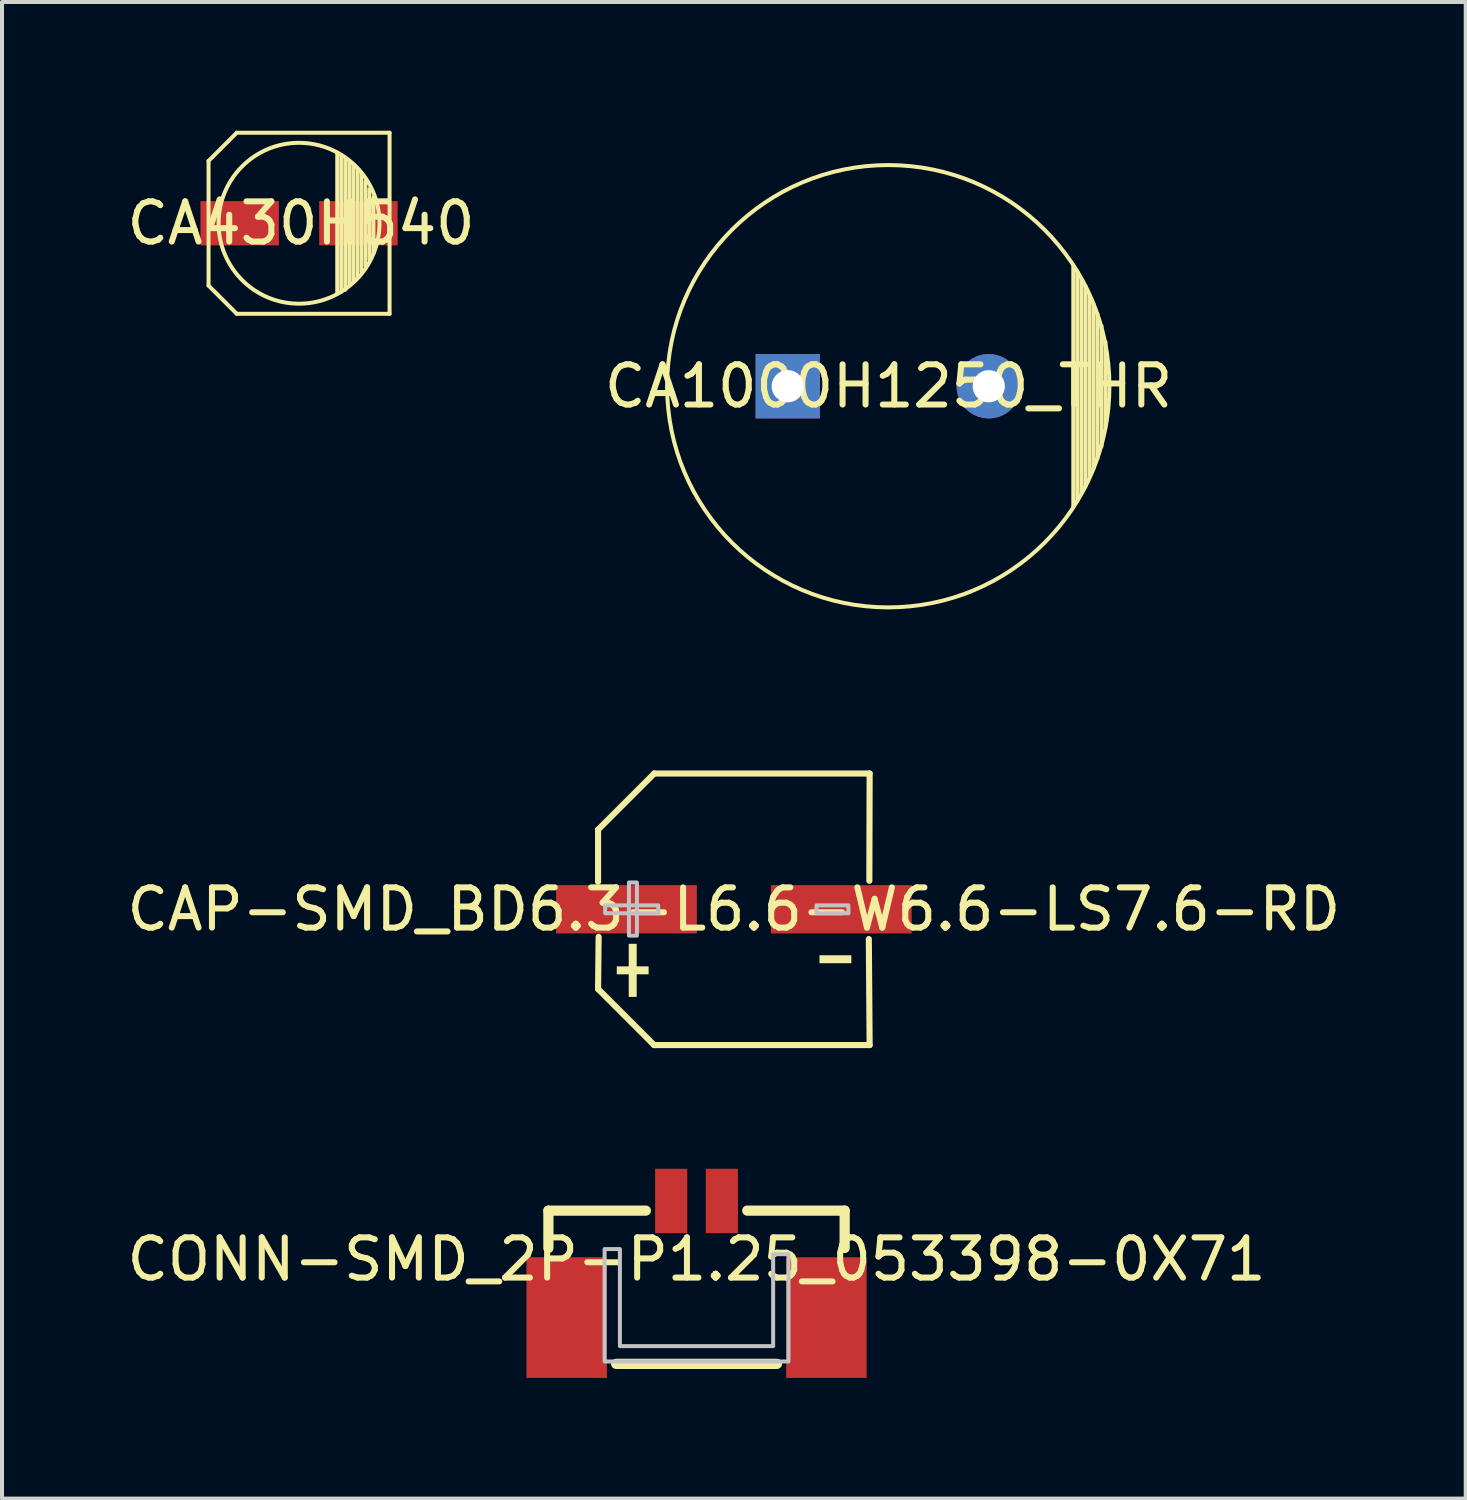
<source format=kicad_pcb>
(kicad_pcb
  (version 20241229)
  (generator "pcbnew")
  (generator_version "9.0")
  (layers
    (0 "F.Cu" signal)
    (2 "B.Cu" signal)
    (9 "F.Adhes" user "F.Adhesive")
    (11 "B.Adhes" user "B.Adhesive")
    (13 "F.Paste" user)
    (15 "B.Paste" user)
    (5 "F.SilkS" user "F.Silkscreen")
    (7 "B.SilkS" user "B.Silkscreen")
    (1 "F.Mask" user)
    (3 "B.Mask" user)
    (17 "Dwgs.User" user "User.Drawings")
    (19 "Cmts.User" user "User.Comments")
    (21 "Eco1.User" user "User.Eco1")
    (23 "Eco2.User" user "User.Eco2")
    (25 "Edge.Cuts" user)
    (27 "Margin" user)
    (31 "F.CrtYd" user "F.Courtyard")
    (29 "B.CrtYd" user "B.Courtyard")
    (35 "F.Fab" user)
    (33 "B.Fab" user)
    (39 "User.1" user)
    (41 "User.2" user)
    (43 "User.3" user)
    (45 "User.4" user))
  (footprint "CA430H540"
    (layer "F.Cu")
    (at 4.435 2.501)
    (property "Reference" "CA430H540" (at 0 0 0) (layer "F.SilkS") (effects (font (size 1 1) (thickness 0.15))))
    (fp_line (start -2.3 -1.55) (end -1.599 -2.251) (stroke (width 0.099) (type default)) (layer "F.SilkS"))
    (fp_line (start -2.3 1.55) (end -2.3 -1.55) (stroke (width 0.099) (type default)) (layer "F.SilkS"))
    (fp_line (start -1.599 2.251) (end -2.3 1.55) (stroke (width 0.099) (type default)) (layer "F.SilkS"))
    (fp_line (start 0.9 1.75) (end 0.9 -1.75) (stroke (width 0.099) (type default)) (layer "F.SilkS"))
    (fp_line (start 1 1.7) (end 1 -1.7) (stroke (width 0.099) (type default)) (layer "F.SilkS"))
    (fp_line (start 1.101 1.651) (end 1.101 -1.6) (stroke (width 0.099) (type default)) (layer "F.SilkS"))
    (fp_line (start 1.2 1.501) (end 1.2 -1.55) (stroke (width 0.099) (type default)) (layer "F.SilkS"))
    (fp_line (start 1.299 1.45) (end 1.299 -1.45) (stroke (width 0.099) (type default)) (layer "F.SilkS"))
    (fp_line (start 1.401 1.349) (end 1.401 -1.349) (stroke (width 0.099) (type default)) (layer "F.SilkS"))
    (fp_line (start 1.5 1.199) (end 1.5 -1.25) (stroke (width 0.099) (type default)) (layer "F.SilkS"))
    (fp_line (start 1.601 1.049) (end 1.601 -1.049) (stroke (width 0.099) (type default)) (layer "F.SilkS"))
    (fp_line (start 1.7 0.899) (end 1.7 -0.851) (stroke (width 0.099) (type default)) (layer "F.SilkS"))
    (fp_line (start 1.8 0.75) (end 1.8 -0.65) (stroke (width 0.099) (type default)) (layer "F.SilkS"))
    (fp_line (start 2.201 -2.251) (end -1.599 -2.251) (stroke (width 0.099) (type default)) (layer "F.SilkS"))
    (fp_line (start 2.201 2.251) (end -1.599 2.251) (stroke (width 0.099) (type default)) (layer "F.SilkS"))
    (fp_line (start 2.201 2.251) (end 2.201 -2.251) (stroke (width 0.099) (type default)) (layer "F.SilkS"))
    (fp_circle (center -0.05 0) (end 1.95 0) (stroke (width 0.025) (type default)) (fill no) (layer "F.SilkS"))
    (fp_circle (center -0.05 0) (end 1.95 0) (stroke (width 0.099) (type default)) (fill no) (layer "F.SilkS"))
    (fp_line (start -2.599 0.75) (end -2.599 -0.75) (stroke (width 0.025) (type default)) (layer "User.1"))
    (fp_line (start -2.501 -0.75) (end -2.599 -0.75) (stroke (width 0.025) (type default)) (layer "User.1"))
    (fp_line (start -2.501 -0.75) (end -2.501 -2.451) (stroke (width 0.025) (type default)) (layer "User.1"))
    (fp_line (start -2.501 0.75) (end -2.599 0.75) (stroke (width 0.025) (type default)) (layer "User.1"))
    (fp_line (start -2.501 2.451) (end -2.501 0.75) (stroke (width 0.025) (type default)) (layer "User.1"))
    (fp_line (start 2.401 -2.451) (end -2.501 -2.451) (stroke (width 0.025) (type default)) (layer "User.1"))
    (fp_line (start 2.401 -0.75) (end 2.401 -2.451) (stroke (width 0.025) (type default)) (layer "User.1"))
    (fp_line (start 2.401 2.451) (end -2.501 2.451) (stroke (width 0.025) (type default)) (layer "User.1"))
    (fp_line (start 2.401 2.451) (end 2.401 0.75) (stroke (width 0.025) (type default)) (layer "User.1"))
    (fp_line (start 2.45 -0.75) (end 2.401 -0.75) (stroke (width 0.025) (type default)) (layer "User.1"))
    (fp_line (start 2.599 -0.75) (end 2.401 -0.75) (stroke (width 0.025) (type default)) (layer "User.1"))
    (fp_line (start 2.599 0.75) (end 2.401 0.75) (stroke (width 0.025) (type default)) (layer "User.1"))
    (fp_line (start 2.599 0.75) (end 2.599 -0.75) (stroke (width 0.025) (type default)) (layer "User.1"))
    (fp_poly (pts (xy 2.201 -2.251) (xy 2.201 2.251) (xy -1.599 2.251) (xy -2.3 1.55) (xy -2.3 -1.55) (xy -1.599 -2.251)) (stroke (width 0.1) (type default)) (fill no) (layer "User.1"))
    (fp_poly (pts (xy 2.201 -2.251) (xy 2.201 2.251) (xy -1.599 2.251) (xy -2.3 1.55) (xy -2.3 -1.55) (xy -1.599 -2.251)) (stroke (width 0.1) (type default)) (fill no) (layer "User.1"))
    (fp_poly (pts (xy 2.599 -0.75) (xy 2.599 0.75) (xy 2.401 0.75) (xy 2.401 2.451) (xy -2.501 2.451) (xy -2.501 0.75) (xy -2.599 0.75) (xy -2.599 -0.75) (xy -2.501 -0.75) (xy -2.501 -2.451) (xy 2.401 -2.451) (xy 2.401 -0.8) (xy 2.252 -0.8) (xy 2.252 -2.301) (xy -1.599 -2.301) (xy -2.351 -1.55) (xy -2.351 1.55) (xy -1.599 2.301) (xy 2.252 2.301) (xy 2.252 -0.75)) (stroke (width 0.1) (type default)) (fill no) (layer "User.1"))
    (fp_poly (pts (xy 2.599 -0.75) (xy 2.599 0.75) (xy 2.401 0.75) (xy 2.401 2.451) (xy -2.501 2.451) (xy -2.501 0.75) (xy -2.599 0.75) (xy -2.599 -0.75) (xy -2.501 -0.75) (xy -2.501 -2.451) (xy 2.401 -2.451) (xy 2.401 -0.8) (xy 2.252 -0.8) (xy 2.252 -2.301) (xy -1.599 -2.301) (xy -2.351 -1.55) (xy -2.351 1.55) (xy -1.599 2.301) (xy 2.252 2.301) (xy 2.252 -0.75)) (stroke (width 0.1) (type default)) (fill no) (layer "User.1"))
    (pad "1" smd rect (at -1.526 0 90) (size 1.1 1.95) (layers "F.Cu" "F.Mask" "F.Paste"))
    (pad "2" smd rect (at 1.426 0 90) (size 1.1 1.95) (layers "F.Cu" "F.Mask" "F.Paste")))
  (footprint "CA1000H1250_THR"
    (layer "F.Cu")
    (at 19.042 6.553)
    (property "Reference" "CA1000H1250_THR" (at 0 0 0) (layer "F.SilkS") (effects (font (size 1 1) (thickness 0.15))))
    (fp_line (start 4.593 2.999) (end 4.593 -2.999) (stroke (width 0.099) (type default)) (layer "F.SilkS"))
    (fp_line (start 4.692 2.85) (end 4.692 -2.85) (stroke (width 0.099) (type default)) (layer "F.SilkS"))
    (fp_line (start 4.793 2.649) (end 4.793 -2.649) (stroke (width 0.099) (type default)) (layer "F.SilkS"))
    (fp_line (start 4.893 2.499) (end 4.893 -2.499) (stroke (width 0.099) (type default)) (layer "F.SilkS"))
    (fp_line (start 4.994 2.251) (end 4.994 -2.251) (stroke (width 0.099) (type default)) (layer "F.SilkS"))
    (fp_line (start 5.093 2.05) (end 5.093 -2.05) (stroke (width 0.099) (type default)) (layer "F.SilkS"))
    (fp_line (start 5.192 1.801) (end 5.192 -1.801) (stroke (width 0.099) (type default)) (layer "F.SilkS"))
    (fp_line (start 5.294 1.501) (end 5.294 -1.501) (stroke (width 0.099) (type default)) (layer "F.SilkS"))
    (fp_line (start 5.393 1.001) (end 5.393 -1.1) (stroke (width 0.099) (type default)) (layer "F.SilkS"))
    (fp_circle (center -0.007 0) (end 5.492 0) (stroke (width 0.099) (type default)) (fill no) (layer "F.SilkS"))
    (fp_circle (center -0.007 0) (end 6.492 0) (stroke (width 0.025) (type default)) (fill no) (layer "User.1"))
    (fp_poly (pts (xy -0.7 0) (xy -0.734 -0.352) (xy -0.837 -0.692) (xy -1.004 -1.004) (xy -1.229 -1.278) (xy -1.503 -1.503) (xy -1.815 -1.67) (xy -2.155 -1.773) (xy -2.507 -1.808) (xy -2.86 -1.773) (xy -3.199 -1.67) (xy -3.407 -1.559) (xy -3.511 -1.503) (xy -3.785 -1.278) (xy -4.01 -1.004) (xy -4.177 -0.692) (xy -4.28 -0.352) (xy -4.315 0) (xy -4.28 0.352) (xy -4.177 0.692) (xy -4.01 1.004) (xy -3.785 1.278) (xy -3.511 1.503) (xy -3.407 1.559) (xy -3.199 1.67) (xy -2.86 1.773) (xy -2.507 1.808) (xy -2.155 1.773) (xy -1.815 1.67) (xy -1.503 1.503) (xy -1.229 1.278) (xy -1.004 1.004) (xy -0.837 0.692) (xy -0.734 0.352)) (stroke (width 0.1) (type default)) (fill no) (layer "User.1"))
    (fp_poly (pts (xy -0.7 0) (xy -0.734 -0.352) (xy -0.837 -0.692) (xy -1.004 -1.004) (xy -1.229 -1.278) (xy -1.503 -1.503) (xy -1.815 -1.67) (xy -2.155 -1.773) (xy -2.507 -1.808) (xy -2.86 -1.773) (xy -3.199 -1.67) (xy -3.407 -1.559) (xy -3.511 -1.503) (xy -3.785 -1.278) (xy -4.01 -1.004) (xy -4.177 -0.692) (xy -4.28 -0.352) (xy -4.315 0) (xy -4.28 0.352) (xy -4.177 0.692) (xy -4.01 1.004) (xy -3.785 1.278) (xy -3.511 1.503) (xy -3.407 1.559) (xy -3.199 1.67) (xy -2.86 1.773) (xy -2.507 1.808) (xy -2.155 1.773) (xy -1.815 1.67) (xy -1.503 1.503) (xy -1.229 1.278) (xy -1.004 1.004) (xy -0.837 0.692) (xy -0.734 0.352)) (stroke (width 0.1) (type default)) (fill no) (layer "User.1"))
    (fp_poly (pts (xy 4.302 0) (xy 4.267 -0.353) (xy 4.164 -0.692) (xy 3.997 -1.005) (xy 3.772 -1.279) (xy 3.498 -1.504) (xy 3.185 -1.671) (xy 2.846 -1.774) (xy 2.493 -1.809) (xy 2.14 -1.774) (xy 1.8 -1.671) (xy 1.593 -1.56) (xy 1.488 -1.504) (xy 1.214 -1.279) (xy 0.989 -1.005) (xy 0.822 -0.692) (xy 0.719 -0.353) (xy 0.684 0) (xy 0.719 0.353) (xy 0.822 0.692) (xy 0.989 1.005) (xy 1.214 1.279) (xy 1.488 1.504) (xy 1.593 1.56) (xy 1.8 1.671) (xy 2.14 1.774) (xy 2.493 1.809) (xy 2.846 1.774) (xy 3.185 1.671) (xy 3.498 1.504) (xy 3.772 1.279) (xy 3.997 1.005) (xy 4.164 0.692) (xy 4.267 0.353)) (stroke (width 0.1) (type default)) (fill no) (layer "User.1"))
    (fp_poly (pts (xy 4.302 0) (xy 4.267 -0.353) (xy 4.164 -0.692) (xy 3.997 -1.005) (xy 3.772 -1.279) (xy 3.498 -1.504) (xy 3.185 -1.671) (xy 2.846 -1.774) (xy 2.493 -1.809) (xy 2.14 -1.774) (xy 1.8 -1.671) (xy 1.593 -1.56) (xy 1.488 -1.504) (xy 1.214 -1.279) (xy 0.989 -1.005) (xy 0.822 -0.692) (xy 0.719 -0.353) (xy 0.684 0) (xy 0.719 0.353) (xy 0.822 0.692) (xy 0.989 1.005) (xy 1.214 1.279) (xy 1.488 1.504) (xy 1.593 1.56) (xy 1.8 1.671) (xy 2.14 1.774) (xy 2.493 1.809) (xy 2.846 1.774) (xy 3.185 1.671) (xy 3.498 1.504) (xy 3.772 1.279) (xy 3.997 1.005) (xy 4.164 0.692) (xy 4.267 0.353)) (stroke (width 0.1) (type default)) (fill no) (layer "User.1"))
    (fp_poly (pts (xy 5.504 0) (xy 5.457 -0.72) (xy 5.316 -1.427) (xy 5.085 -2.109) (xy 4.766 -2.756) (xy 4.365 -3.355) (xy 3.889 -3.897) (xy 3.348 -4.372) (xy 2.748 -4.772) (xy 2.102 -5.091) (xy 1.419 -5.323) (xy 0.712 -5.464) (xy -0.007 -5.511) (xy -0.727 -5.464) (xy -1.433 -5.323) (xy -2.116 -5.091) (xy -2.763 -4.772) (xy -3.362 -4.372) (xy -3.904 -3.897) (xy -4.379 -3.355) (xy -4.779 -2.756) (xy -5.098 -2.109) (xy -5.33 -1.427) (xy -5.471 -0.72) (xy -5.518 0) (xy -5.471 0.72) (xy -5.33 1.427) (xy -5.098 2.109) (xy -4.779 2.756) (xy -4.379 3.355) (xy -3.904 3.897) (xy -3.362 4.372) (xy -2.763 4.772) (xy -2.116 5.091) (xy -1.433 5.323) (xy -0.727 5.464) (xy -0.007 5.511) (xy 0.712 5.464) (xy 1.419 5.323) (xy 2.102 5.091) (xy 2.748 4.772) (xy 3.348 4.372) (xy 3.889 3.897) (xy 4.365 3.355) (xy 4.766 2.756) (xy 5.085 2.109) (xy 5.316 1.427) (xy 5.457 0.72)) (stroke (width 0.1) (type default)) (fill no) (layer "User.1"))
    (fp_poly (pts (xy 5.504 0) (xy 5.457 -0.72) (xy 5.316 -1.427) (xy 5.085 -2.109) (xy 4.766 -2.756) (xy 4.365 -3.355) (xy 3.889 -3.897) (xy 3.348 -4.372) (xy 2.748 -4.772) (xy 2.102 -5.091) (xy 1.419 -5.323) (xy 0.712 -5.464) (xy -0.007 -5.511) (xy -0.727 -5.464) (xy -1.433 -5.323) (xy -2.116 -5.091) (xy -2.763 -4.772) (xy -3.362 -4.372) (xy -3.904 -3.897) (xy -4.379 -3.355) (xy -4.779 -2.756) (xy -5.098 -2.109) (xy -5.33 -1.427) (xy -5.471 -0.72) (xy -5.518 0) (xy -5.471 0.72) (xy -5.33 1.427) (xy -5.098 2.109) (xy -4.779 2.756) (xy -4.379 3.355) (xy -3.904 3.897) (xy -3.362 4.372) (xy -2.763 4.772) (xy -2.116 5.091) (xy -1.433 5.323) (xy -0.727 5.464) (xy -0.007 5.511) (xy 0.712 5.464) (xy 1.419 5.323) (xy 2.102 5.091) (xy 2.748 4.772) (xy 3.348 4.372) (xy 3.889 3.897) (xy 4.365 3.355) (xy 4.766 2.756) (xy 5.085 2.109) (xy 5.316 1.427) (xy 5.457 0.72)) (stroke (width 0.1) (type default)) (fill no) (layer "User.1"))
    (fp_poly (pts (xy 0.043 6.5) (xy -0.324 6.503) (xy -1.054 6.426) (xy -1.77 6.269) (xy -2.465 6.03) (xy -3.128 5.716) (xy -3.752 5.329) (xy -4.327 4.874) (xy -4.849 4.357) (xy -5.309 3.785) (xy -5.701 3.165) (xy -6.021 2.504) (xy -6.265 1.812) (xy -6.429 1.097) (xy -6.512 0.367) (xy -6.512 -0.367) (xy -6.429 -1.097) (xy -6.265 -1.812) (xy -6.021 -2.504) (xy -5.701 -3.165) (xy -5.309 -3.785) (xy -4.849 -4.357) (xy -4.327 -4.874) (xy -3.752 -5.329) (xy -3.128 -5.716) (xy -2.465 -6.03) (xy -1.77 -6.269) (xy -1.054 -6.426) (xy -0.324 -6.503) (xy 0.043 -6.5) (xy 0.406 -6.498) (xy 1.128 -6.413) (xy 1.835 -6.25) (xy 2.519 -6.008) (xy 3.173 -5.691) (xy 3.787 -5.303) (xy 4.354 -4.85) (xy 4.867 -4.337) (xy 5.32 -3.769) (xy 5.707 -3.155) (xy 6.022 -2.501) (xy 6.263 -1.815) (xy 6.427 -1.108) (xy 6.511 -0.387) (xy 6.513 0.339) (xy 6.435 1.061) (xy 6.277 1.77) (xy 6.041 2.457) (xy 5.73 3.112) (xy 5.348 3.73) (xy 4.899 4.301) (xy 4.39 4.819) (xy 3.826 5.276) (xy 3.216 5.668) (xy 2.564 5.989) (xy 1.881 6.236) (xy 1.175 6.405) (xy 0.455 6.495) (xy 0.092 6.5) (xy 0.092 5.55) (xy 0.451 5.532) (xy 1.161 5.426) (xy 1.851 5.231) (xy 2.51 4.947) (xy 3.127 4.58) (xy 3.692 4.138) (xy 4.196 3.626) (xy 4.628 3.053) (xy 4.984 2.429) (xy 5.255 1.764) (xy 5.439 1.071) (xy 5.532 0.359) (xy 5.532 -0.359) (xy 5.439 -1.071) (xy 5.255 -1.764) (xy 4.984 -2.429) (xy 4.628 -3.053) (xy 4.196 -3.626) (xy 3.692 -4.138) (xy 3.127 -4.58) (xy 2.51 -4.947) (xy 1.851 -5.231) (xy 1.161 -5.426) (xy 0.451 -5.532) (xy 0.092 -5.55) (xy -0.273 -5.542) (xy -0.997 -5.455) (xy -1.704 -5.274) (xy -2.38 -5.001) (xy -3.015 -4.642) (xy -3.597 -4.203) (xy -4.117 -3.692) (xy -4.565 -3.116) (xy -4.934 -2.487) (xy -5.218 -1.815) (xy -5.41 -1.111) (xy -5.509 -0.389) (xy -5.512 0.341) (xy -5.42 1.064) (xy -5.233 1.769) (xy -4.955 2.443) (xy -4.592 3.076) (xy -4.149 3.655) (xy -3.634 4.171) (xy -3.055 4.615) (xy -2.423 4.979) (xy -1.749 5.258) (xy -1.044 5.446) (xy -0.321 5.539) (xy 0.043 5.55)) (stroke (width 0.1) (type default)) (fill no) (layer "User.1"))
    (fp_poly (pts (arc (start 0.0435 6.5) (mid -6.511733 0) (end 0.0435 -6.5)) (arc (start 0.0435 -6.5) (mid 6.512031 -0.024248) (end 0.092 6.5)) (arc (start 0.092 5.55) (mid 5.542901 0) (end 0.092 -5.55)) (arc (start 0.092 -5.55) (mid -5.522822 -0.02425) (end 0.0435 5.55))) (stroke (width 0.1) (type default)) (fill no) (layer "User.1"))
    (pad "1" thru_hole rect (at -2.506 0) (size 1.6 1.6) (drill 0.8) (layers "*.Cu" "*.Mask"))
    (pad "2" thru_hole circle (at 2.492 0) (size 1.6 1.6) (drill 0.8) (layers "*.Cu" "*.Mask")))
  (footprint "CAP-SMD_BD6.3-L6.6-W6.6-LS7.6-RD"
    (layer "F.Cu")
    (at 15.196 19.558)
    (property "Reference" "CAP-SMD_BD6.3-L6.6-W6.6-LS7.6-RD" (at 0 0 0) (layer "F.SilkS") (effects (font (size 1 1) (thickness 0.15))))
    (fp_line (start -3.376 -1.98) (end -3.376 -0.685) (stroke (width 0.152) (type default)) (layer "F.SilkS"))
    (fp_line (start -3.376 1.982) (end -3.362 0.686) (stroke (width 0.152) (type default)) (layer "F.SilkS"))
    (fp_line (start -1.982 3.376) (end -3.376 1.982) (stroke (width 0.152) (type default)) (layer "F.SilkS"))
    (fp_line (start -1.98 -3.376) (end -3.376 -1.98) (stroke (width 0.152) (type default)) (layer "F.SilkS"))
    (fp_line (start 3.356 0.74) (end 3.376 3.376) (stroke (width 0.152) (type default)) (layer "F.SilkS"))
    (fp_line (start 3.369 -0.708) (end 3.376 -3.376) (stroke (width 0.152) (type default)) (layer "F.SilkS"))
    (fp_line (start 3.376 3.376) (end -1.982 3.376) (stroke (width 0.152) (type default)) (layer "F.SilkS"))
    (fp_line (start 3.376 -3.376) (end -1.98 -3.376) (stroke (width 0.152) (type default)) (layer "F.SilkS"))
    (fp_poly (pts (xy -2.911 1.419) (xy -2.911 1.617) (xy -2.119 1.617) (xy -2.119 1.419)) (stroke (width 0) (type default)) (fill yes) (layer "F.SilkS"))
    (fp_poly (pts (xy -2.614 0.858) (xy -2.614 2.178) (xy -2.416 2.178) (xy -2.416 0.858)) (stroke (width 0) (type default)) (fill yes) (layer "F.SilkS"))
    (fp_poly (pts (xy 2.921 1.143) (xy 2.921 1.341) (xy 2.129 1.341) (xy 2.129 1.143)) (stroke (width 0) (type default)) (fill yes) (layer "F.SilkS"))
    (fp_poly (pts (xy -2.41 0.654) (xy -2.41 -0.666) (xy -2.608 -0.666) (xy -2.608 0.654)) (stroke (width 0.1) (type default)) (fill no) (layer "Dwgs.User"))
    (fp_poly (pts (xy -1.88 -0.099) (xy -3.2 -0.099) (xy -3.2 0.099) (xy -1.88 0.099)) (stroke (width 0.1) (type default)) (fill no) (layer "Dwgs.User"))
    (fp_poly (pts (xy 2.848 -0.099) (xy 2.848 0.099) (xy 2.056 0.099) (xy 2.056 -0.099)) (stroke (width 0.1) (type default)) (fill no) (layer "Dwgs.User"))
    (fp_poly (pts (xy -3.8 -0.325) (xy -1.4 -0.325) (xy -1.4 0.325) (xy -3.8 0.325)) (stroke (width 0.1) (type default)) (fill no) (layer "User.1"))
    (fp_poly (pts (xy 1.4 -0.325) (xy 3.8 -0.325) (xy 3.8 0.325) (xy 1.4 0.325)) (stroke (width 0.1) (type default)) (fill no) (layer "User.1"))
    (fp_line (start -3.3 -1.98) (end -1.98 -3.3) (stroke (width 0.051) (type default)) (layer "User.2"))
    (fp_line (start -3.3 1.98) (end -3.3 -1.98) (stroke (width 0.051) (type default)) (layer "User.2"))
    (fp_line (start -1.98 -3.3) (end 3.3 -3.3) (stroke (width 0.051) (type default)) (layer "User.2"))
    (fp_line (start -1.98 3.3) (end -3.3 1.98) (stroke (width 0.051) (type default)) (layer "User.2"))
    (fp_line (start 3.3 -3.3) (end 3.3 3.3) (stroke (width 0.051) (type default)) (layer "User.2"))
    (fp_line (start 3.3 3.3) (end -1.98 3.3) (stroke (width 0.051) (type default)) (layer "User.2"))
    (fp_poly (pts (xy -3.74 3.3) (xy -3.758 3.258) (xy -3.8 3.24) (xy -3.842 3.258) (xy -3.86 3.3) (xy -3.842 3.342) (xy -3.8 3.36) (xy -3.758 3.342)) (stroke (width 0.1) (type default)) (fill no) (layer "User.3"))
    (pad "1" smd rect (at -2.67 0) (size 3.5 1.2) (layers "F.Cu" "F.Mask" "F.Paste"))
    (pad "2" smd rect (at 2.67 0) (size 3.5 1.2) (layers "F.Cu" "F.Mask" "F.Paste")))
  (footprint "CONN-SMD_2P-P1.25_053398-0X71"
    (layer "F.Cu")
    (at 14.268 28.26)
    (property "Reference" "CONN-SMD_2P-P1.25_053398-0X71" (at 0 0 0) (layer "F.SilkS") (effects (font (size 1 1) (thickness 0.15))))
    (fp_line (start -3.683 -1.21) (end -3.683 -0.281) (stroke (width 0.254) (type default)) (layer "F.SilkS"))
    (fp_line (start -1.999 2.6) (end 1.999 2.6) (stroke (width 0.254) (type default)) (layer "F.SilkS"))
    (fp_line (start -1.26 -1.21) (end -3.683 -1.21) (stroke (width 0.254) (type default)) (layer "F.SilkS"))
    (fp_line (start 3.683 -1.21) (end 1.261 -1.21) (stroke (width 0.254) (type default)) (layer "F.SilkS"))
    (fp_line (start 3.683 -0.281) (end 3.683 -1.21) (stroke (width 0.254) (type default)) (layer "F.SilkS"))
    (fp_poly (pts (xy -2.286 -0.254) (xy -1.905 -0.254) (xy -1.905 2.159) (xy 1.905 2.159) (xy 1.905 -0.127) (xy 2.286 -0.127) (xy 2.286 2.54) (xy -2.286 2.54)) (stroke (width 0.1) (type default)) (fill no) (layer "Dwgs.User"))
    (fp_poly (pts (xy -2.325 0.35) (xy -2.325 2.55) (xy -3.825 2.55) (xy -3.825 0.35)) (stroke (width 0.1) (type default)) (fill no) (layer "User.1"))
    (fp_poly (pts (xy -0.47 -1.645) (xy -0.47 -0.995) (xy -0.79 -0.995) (xy -0.79 -1.645)) (stroke (width 0.1) (type default)) (fill no) (layer "User.1"))
    (fp_poly (pts (xy 0.79 -1.645) (xy 0.79 -0.995) (xy 0.47 -0.995) (xy 0.47 -1.645)) (stroke (width 0.1) (type default)) (fill no) (layer "User.1"))
    (fp_poly (pts (xy 3.825 0.35) (xy 3.825 2.55) (xy 2.325 2.55) (xy 2.325 0.35)) (stroke (width 0.1) (type default)) (fill no) (layer "User.1"))
    (fp_line (start -3.625 -1.145) (end 3.625 -1.145) (stroke (width 0.051) (type default)) (layer "User.2"))
    (fp_line (start -3.625 2.555) (end -3.625 -1.145) (stroke (width 0.051) (type default)) (layer "User.2"))
    (fp_line (start 3.625 -1.145) (end 3.625 2.555) (stroke (width 0.051) (type default)) (layer "User.2"))
    (fp_line (start 3.625 2.555) (end -3.625 2.555) (stroke (width 0.051) (type default)) (layer "User.2"))
    (fp_poly (pts (xy -3.765 -1.645) (xy -3.783 -1.687) (xy -3.825 -1.705) (xy -3.867 -1.687) (xy -3.885 -1.645) (xy -3.867 -1.603) (xy -3.825 -1.585) (xy -3.783 -1.603)) (stroke (width 0.1) (type default)) (fill no) (layer "User.3"))
    (pad "1" smd rect (at -0.63 -1.45 90) (size 1.6 0.8) (layers "F.Cu" "F.Mask" "F.Paste"))
    (pad "2" smd rect (at 0.63 -1.45 90) (size 1.6 0.8) (layers "F.Cu" "F.Mask" "F.Paste"))
    (pad "3" smd rect (at 3.229 1.45 90) (size 3 2) (layers "F.Cu" "F.Mask" "F.Paste"))
    (pad "4" smd rect (at -3.229 1.45 90) (size 3 2) (layers "F.Cu" "F.Mask" "F.Paste")))
  (gr_rect
    (start -3 -3)
    (end 33.393 34.21)
    (stroke (width 0.1) (type default))
    (fill no)
    (layer "Edge.Cuts")))
</source>
